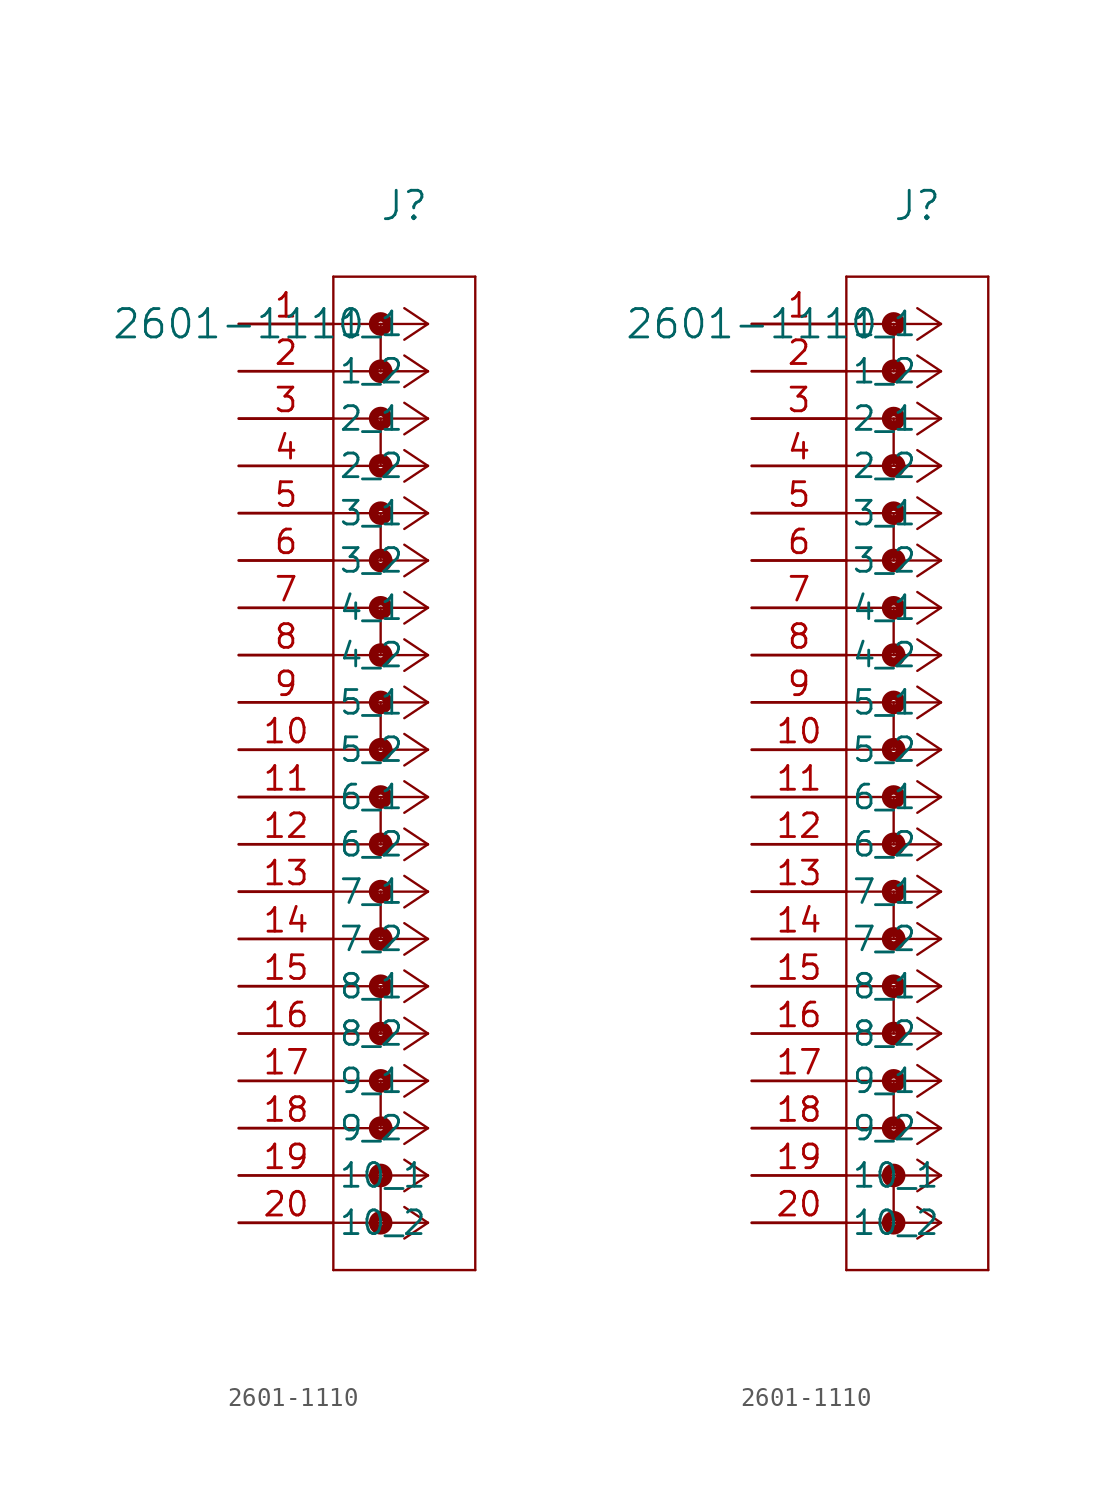
<source format=kicad_sym>
(kicad_symbol_lib
  (version 20231120)
  (generator "kicad_symbol_editor")
  (generator_version "8.0")
  (symbol "2601-1110"
    (pin_names
      (offset 0.254))
    (property "Reference" "J"
      (at 8.89 6.35 0)
      (effects (font (size 1.524 1.524))))
    (property "Value" "2601-1110"
      (at 0 0 0)
      (effects (font (size 1.524 1.524))))
    (symbol "2601-1110_1_1"
      (polyline (pts (xy 5.08 -50.8) (xy 12.7 -50.8)) (stroke (width 0.127) (type default)) (fill (type none)))
      (polyline (pts (xy 5.08 2.54) (xy 5.08 -50.8)) (stroke (width 0.127) (type default)) (fill (type none)))
      (polyline (pts (xy 7.62 -45.72) (xy 7.62 -48.26)) (stroke (width 0.127) (type default)) (fill (type none)))
      (polyline (pts (xy 7.62 -40.64) (xy 7.62 -43.18)) (stroke (width 0.127) (type default)) (fill (type none)))
      (polyline (pts (xy 7.62 -35.56) (xy 7.62 -38.1)) (stroke (width 0.127) (type default)) (fill (type none)))
      (polyline (pts (xy 7.62 -30.48) (xy 7.62 -33.02)) (stroke (width 0.127) (type default)) (fill (type none)))
      (polyline (pts (xy 7.62 -25.4) (xy 7.62 -27.94)) (stroke (width 0.127) (type default)) (fill (type none)))
      (polyline (pts (xy 7.62 -20.32) (xy 7.62 -22.86)) (stroke (width 0.127) (type default)) (fill (type none)))
      (polyline (pts (xy 7.62 -15.24) (xy 7.62 -17.78)) (stroke (width 0.127) (type default)) (fill (type none)))
      (polyline (pts (xy 7.62 -10.16) (xy 7.62 -12.7)) (stroke (width 0.127) (type default)) (fill (type none)))
      (polyline (pts (xy 7.62 -5.08) (xy 7.62 -7.62)) (stroke (width 0.127) (type default)) (fill (type none)))
      (polyline (pts (xy 7.62 0) (xy 7.62 -2.54)) (stroke (width 0.127) (type default)) (fill (type none)))
      (polyline (pts (xy 10.16 -48.26) (xy 5.08 -48.26)) (stroke (width 0.127) (type default)) (fill (type none)))
      (polyline (pts (xy 10.16 -48.26) (xy 8.89 -49.107)) (stroke (width 0.127) (type default)) (fill (type none)))
      (polyline (pts (xy 10.16 -48.26) (xy 8.89 -47.413)) (stroke (width 0.127) (type default)) (fill (type none)))
      (polyline (pts (xy 10.16 -45.72) (xy 5.08 -45.72)) (stroke (width 0.127) (type default)) (fill (type none)))
      (polyline (pts (xy 10.16 -45.72) (xy 8.89 -46.567)) (stroke (width 0.127) (type default)) (fill (type none)))
      (polyline (pts (xy 10.16 -45.72) (xy 8.89 -44.873)) (stroke (width 0.127) (type default)) (fill (type none)))
      (polyline (pts (xy 10.16 -43.18) (xy 5.08 -43.18)) (stroke (width 0.127) (type default)) (fill (type none)))
      (polyline (pts (xy 10.16 -43.18) (xy 8.89 -44.027)) (stroke (width 0.127) (type default)) (fill (type none)))
      (polyline (pts (xy 10.16 -43.18) (xy 8.89 -42.333)) (stroke (width 0.127) (type default)) (fill (type none)))
      (polyline (pts (xy 10.16 -40.64) (xy 5.08 -40.64)) (stroke (width 0.127) (type default)) (fill (type none)))
      (polyline (pts (xy 10.16 -40.64) (xy 8.89 -41.487)) (stroke (width 0.127) (type default)) (fill (type none)))
      (polyline (pts (xy 10.16 -40.64) (xy 8.89 -39.793)) (stroke (width 0.127) (type default)) (fill (type none)))
      (polyline (pts (xy 10.16 -38.1) (xy 5.08 -38.1)) (stroke (width 0.127) (type default)) (fill (type none)))
      (polyline (pts (xy 10.16 -38.1) (xy 8.89 -38.947)) (stroke (width 0.127) (type default)) (fill (type none)))
      (polyline (pts (xy 10.16 -38.1) (xy 8.89 -37.253)) (stroke (width 0.127) (type default)) (fill (type none)))
      (polyline (pts (xy 10.16 -35.56) (xy 5.08 -35.56)) (stroke (width 0.127) (type default)) (fill (type none)))
      (polyline (pts (xy 10.16 -35.56) (xy 8.89 -36.407)) (stroke (width 0.127) (type default)) (fill (type none)))
      (polyline (pts (xy 10.16 -35.56) (xy 8.89 -34.713)) (stroke (width 0.127) (type default)) (fill (type none)))
      (polyline (pts (xy 10.16 -33.02) (xy 5.08 -33.02)) (stroke (width 0.127) (type default)) (fill (type none)))
      (polyline (pts (xy 10.16 -33.02) (xy 8.89 -33.867)) (stroke (width 0.127) (type default)) (fill (type none)))
      (polyline (pts (xy 10.16 -33.02) (xy 8.89 -32.173)) (stroke (width 0.127) (type default)) (fill (type none)))
      (polyline (pts (xy 10.16 -30.48) (xy 5.08 -30.48)) (stroke (width 0.127) (type default)) (fill (type none)))
      (polyline (pts (xy 10.16 -30.48) (xy 8.89 -31.327)) (stroke (width 0.127) (type default)) (fill (type none)))
      (polyline (pts (xy 10.16 -30.48) (xy 8.89 -29.633)) (stroke (width 0.127) (type default)) (fill (type none)))
      (polyline (pts (xy 10.16 -27.94) (xy 5.08 -27.94)) (stroke (width 0.127) (type default)) (fill (type none)))
      (polyline (pts (xy 10.16 -27.94) (xy 8.89 -28.787)) (stroke (width 0.127) (type default)) (fill (type none)))
      (polyline (pts (xy 10.16 -27.94) (xy 8.89 -27.093)) (stroke (width 0.127) (type default)) (fill (type none)))
      (polyline (pts (xy 10.16 -25.4) (xy 5.08 -25.4)) (stroke (width 0.127) (type default)) (fill (type none)))
      (polyline (pts (xy 10.16 -25.4) (xy 8.89 -26.247)) (stroke (width 0.127) (type default)) (fill (type none)))
      (polyline (pts (xy 10.16 -25.4) (xy 8.89 -24.553)) (stroke (width 0.127) (type default)) (fill (type none)))
      (polyline (pts (xy 10.16 -22.86) (xy 5.08 -22.86)) (stroke (width 0.127) (type default)) (fill (type none)))
      (polyline (pts (xy 10.16 -22.86) (xy 8.89 -23.707)) (stroke (width 0.127) (type default)) (fill (type none)))
      (polyline (pts (xy 10.16 -22.86) (xy 8.89 -22.013)) (stroke (width 0.127) (type default)) (fill (type none)))
      (polyline (pts (xy 10.16 -20.32) (xy 5.08 -20.32)) (stroke (width 0.127) (type default)) (fill (type none)))
      (polyline (pts (xy 10.16 -20.32) (xy 8.89 -21.167)) (stroke (width 0.127) (type default)) (fill (type none)))
      (polyline (pts (xy 10.16 -20.32) (xy 8.89 -19.473)) (stroke (width 0.127) (type default)) (fill (type none)))
      (polyline (pts (xy 10.16 -17.78) (xy 5.08 -17.78)) (stroke (width 0.127) (type default)) (fill (type none)))
      (polyline (pts (xy 10.16 -17.78) (xy 8.89 -18.627)) (stroke (width 0.127) (type default)) (fill (type none)))
      (polyline (pts (xy 10.16 -17.78) (xy 8.89 -16.933)) (stroke (width 0.127) (type default)) (fill (type none)))
      (polyline (pts (xy 10.16 -15.24) (xy 5.08 -15.24)) (stroke (width 0.127) (type default)) (fill (type none)))
      (polyline (pts (xy 10.16 -15.24) (xy 8.89 -16.087)) (stroke (width 0.127) (type default)) (fill (type none)))
      (polyline (pts (xy 10.16 -15.24) (xy 8.89 -14.393)) (stroke (width 0.127) (type default)) (fill (type none)))
      (polyline (pts (xy 10.16 -12.7) (xy 5.08 -12.7)) (stroke (width 0.127) (type default)) (fill (type none)))
      (polyline (pts (xy 10.16 -12.7) (xy 8.89 -13.547)) (stroke (width 0.127) (type default)) (fill (type none)))
      (polyline (pts (xy 10.16 -12.7) (xy 8.89 -11.853)) (stroke (width 0.127) (type default)) (fill (type none)))
      (polyline (pts (xy 10.16 -10.16) (xy 5.08 -10.16)) (stroke (width 0.127) (type default)) (fill (type none)))
      (polyline (pts (xy 10.16 -10.16) (xy 8.89 -11.007)) (stroke (width 0.127) (type default)) (fill (type none)))
      (polyline (pts (xy 10.16 -10.16) (xy 8.89 -9.313)) (stroke (width 0.127) (type default)) (fill (type none)))
      (polyline (pts (xy 10.16 -7.62) (xy 5.08 -7.62)) (stroke (width 0.127) (type default)) (fill (type none)))
      (polyline (pts (xy 10.16 -7.62) (xy 8.89 -8.467)) (stroke (width 0.127) (type default)) (fill (type none)))
      (polyline (pts (xy 10.16 -7.62) (xy 8.89 -6.773)) (stroke (width 0.127) (type default)) (fill (type none)))
      (polyline (pts (xy 10.16 -5.08) (xy 5.08 -5.08)) (stroke (width 0.127) (type default)) (fill (type none)))
      (polyline (pts (xy 10.16 -5.08) (xy 8.89 -5.927)) (stroke (width 0.127) (type default)) (fill (type none)))
      (polyline (pts (xy 10.16 -5.08) (xy 8.89 -4.233)) (stroke (width 0.127) (type default)) (fill (type none)))
      (polyline (pts (xy 10.16 -2.54) (xy 5.08 -2.54)) (stroke (width 0.127) (type default)) (fill (type none)))
      (polyline (pts (xy 10.16 -2.54) (xy 8.89 -3.387)) (stroke (width 0.127) (type default)) (fill (type none)))
      (polyline (pts (xy 10.16 -2.54) (xy 8.89 -1.693)) (stroke (width 0.127) (type default)) (fill (type none)))
      (polyline (pts (xy 10.16 0) (xy 5.08 0)) (stroke (width 0.127) (type default)) (fill (type none)))
      (polyline (pts (xy 10.16 0) (xy 8.89 -0.847)) (stroke (width 0.127) (type default)) (fill (type none)))
      (polyline (pts (xy 10.16 0) (xy 8.89 0.847)) (stroke (width 0.127) (type default)) (fill (type none)))
      (polyline (pts (xy 12.7 -50.8) (xy 12.7 2.54)) (stroke (width 0.127) (type default)) (fill (type none)))
      (polyline (pts (xy 12.7 2.54) (xy 5.08 2.54)) (stroke (width 0.127) (type default)) (fill (type none)))
      (circle (center 7.62 -48.26) (radius 0.127) (stroke (width 0.508) (type default)) (fill (type none)))
      (circle (center 7.62 -45.72) (radius 0.127) (stroke (width 0.508) (type default)) (fill (type none)))
      (circle (center 7.62 -43.18) (radius 0.127) (stroke (width 0.508) (type default)) (fill (type none)))
      (circle (center 7.62 -40.64) (radius 0.127) (stroke (width 0.508) (type default)) (fill (type none)))
      (circle (center 7.62 -38.1) (radius 0.127) (stroke (width 0.508) (type default)) (fill (type none)))
      (circle (center 7.62 -35.56) (radius 0.127) (stroke (width 0.508) (type default)) (fill (type none)))
      (circle (center 7.62 -33.02) (radius 0.127) (stroke (width 0.508) (type default)) (fill (type none)))
      (circle (center 7.62 -30.48) (radius 0.127) (stroke (width 0.508) (type default)) (fill (type none)))
      (circle (center 7.62 -27.94) (radius 0.127) (stroke (width 0.508) (type default)) (fill (type none)))
      (circle (center 7.62 -25.4) (radius 0.127) (stroke (width 0.508) (type default)) (fill (type none)))
      (circle (center 7.62 -22.86) (radius 0.127) (stroke (width 0.508) (type default)) (fill (type none)))
      (circle (center 7.62 -20.32) (radius 0.127) (stroke (width 0.508) (type default)) (fill (type none)))
      (circle (center 7.62 -17.78) (radius 0.127) (stroke (width 0.508) (type default)) (fill (type none)))
      (circle (center 7.62 -15.24) (radius 0.127) (stroke (width 0.508) (type default)) (fill (type none)))
      (circle (center 7.62 -12.7) (radius 0.127) (stroke (width 0.508) (type default)) (fill (type none)))
      (circle (center 7.62 -10.16) (radius 0.127) (stroke (width 0.508) (type default)) (fill (type none)))
      (circle (center 7.62 -7.62) (radius 0.127) (stroke (width 0.508) (type default)) (fill (type none)))
      (circle (center 7.62 -5.08) (radius 0.127) (stroke (width 0.508) (type default)) (fill (type none)))
      (circle (center 7.62 -2.54) (radius 0.127) (stroke (width 0.508) (type default)) (fill (type none)))
      (circle (center 7.62 0) (radius 0.127) (stroke (width 0.508) (type default)) (fill (type none)))
      (pin unspecified line (at 0 0 0) (length 5.08) (name "1_1" (effects (font (size 1.27 1.27)))) (number "1" (effects (font (size 1.27 1.27)))))
      (pin unspecified line (at 0 -22.86 0) (length 5.08) (name "5_2" (effects (font (size 1.27 1.27)))) (number "10" (effects (font (size 1.27 1.27)))))
      (pin unspecified line (at 0 -25.4 0) (length 5.08) (name "6_1" (effects (font (size 1.27 1.27)))) (number "11" (effects (font (size 1.27 1.27)))))
      (pin unspecified line (at 0 -27.94 0) (length 5.08) (name "6_2" (effects (font (size 1.27 1.27)))) (number "12" (effects (font (size 1.27 1.27)))))
      (pin unspecified line (at 0 -30.48 0) (length 5.08) (name "7_1" (effects (font (size 1.27 1.27)))) (number "13" (effects (font (size 1.27 1.27)))))
      (pin unspecified line (at 0 -33.02 0) (length 5.08) (name "7_2" (effects (font (size 1.27 1.27)))) (number "14" (effects (font (size 1.27 1.27)))))
      (pin unspecified line (at 0 -35.56 0) (length 5.08) (name "8_1" (effects (font (size 1.27 1.27)))) (number "15" (effects (font (size 1.27 1.27)))))
      (pin unspecified line (at 0 -38.1 0) (length 5.08) (name "8_2" (effects (font (size 1.27 1.27)))) (number "16" (effects (font (size 1.27 1.27)))))
      (pin unspecified line (at 0 -40.64 0) (length 5.08) (name "9_1" (effects (font (size 1.27 1.27)))) (number "17" (effects (font (size 1.27 1.27)))))
      (pin unspecified line (at 0 -43.18 0) (length 5.08) (name "9_2" (effects (font (size 1.27 1.27)))) (number "18" (effects (font (size 1.27 1.27)))))
      (pin unspecified line (at 0 -45.72 0) (length 5.08) (name "10_1" (effects (font (size 1.27 1.27)))) (number "19" (effects (font (size 1.27 1.27)))))
      (pin unspecified line (at 0 -2.54 0) (length 5.08) (name "1_2" (effects (font (size 1.27 1.27)))) (number "2" (effects (font (size 1.27 1.27)))))
      (pin unspecified line (at 0 -48.26 0) (length 5.08) (name "10_2" (effects (font (size 1.27 1.27)))) (number "20" (effects (font (size 1.27 1.27)))))
      (pin unspecified line (at 0 -5.08 0) (length 5.08) (name "2_1" (effects (font (size 1.27 1.27)))) (number "3" (effects (font (size 1.27 1.27)))))
      (pin unspecified line (at 0 -7.62 0) (length 5.08) (name "2_2" (effects (font (size 1.27 1.27)))) (number "4" (effects (font (size 1.27 1.27)))))
      (pin unspecified line (at 0 -10.16 0) (length 5.08) (name "3_1" (effects (font (size 1.27 1.27)))) (number "5" (effects (font (size 1.27 1.27)))))
      (pin unspecified line (at 0 -12.7 0) (length 5.08) (name "3_2" (effects (font (size 1.27 1.27)))) (number "6" (effects (font (size 1.27 1.27)))))
      (pin unspecified line (at 0 -15.24 0) (length 5.08) (name "4_1" (effects (font (size 1.27 1.27)))) (number "7" (effects (font (size 1.27 1.27)))))
      (pin unspecified line (at 0 -17.78 0) (length 5.08) (name "4_2" (effects (font (size 1.27 1.27)))) (number "8" (effects (font (size 1.27 1.27)))))
      (pin unspecified line (at 0 -20.32 0) (length 5.08) (name "5_1" (effects (font (size 1.27 1.27)))) (number "9" (effects (font (size 1.27 1.27))))))
    (symbol "2601-1110_1_2"
      (polyline (pts (xy 5.08 -50.8) (xy 12.7 -50.8)) (stroke (width 0.127) (type default)) (fill (type none)))
      (polyline (pts (xy 5.08 2.54) (xy 5.08 -50.8)) (stroke (width 0.127) (type default)) (fill (type none)))
      (polyline (pts (xy 7.62 -45.72) (xy 7.62 -48.26)) (stroke (width 0.127) (type default)) (fill (type none)))
      (polyline (pts (xy 7.62 -40.64) (xy 7.62 -43.18)) (stroke (width 0.127) (type default)) (fill (type none)))
      (polyline (pts (xy 7.62 -35.56) (xy 7.62 -38.1)) (stroke (width 0.127) (type default)) (fill (type none)))
      (polyline (pts (xy 7.62 -30.48) (xy 7.62 -33.02)) (stroke (width 0.127) (type default)) (fill (type none)))
      (polyline (pts (xy 7.62 -25.4) (xy 7.62 -27.94)) (stroke (width 0.127) (type default)) (fill (type none)))
      (polyline (pts (xy 7.62 -20.32) (xy 7.62 -22.86)) (stroke (width 0.127) (type default)) (fill (type none)))
      (polyline (pts (xy 7.62 -15.24) (xy 7.62 -17.78)) (stroke (width 0.127) (type default)) (fill (type none)))
      (polyline (pts (xy 7.62 -10.16) (xy 7.62 -12.7)) (stroke (width 0.127) (type default)) (fill (type none)))
      (polyline (pts (xy 7.62 -5.08) (xy 7.62 -7.62)) (stroke (width 0.127) (type default)) (fill (type none)))
      (polyline (pts (xy 7.62 0) (xy 7.62 -2.54)) (stroke (width 0.127) (type default)) (fill (type none)))
      (polyline (pts (xy 10.16 -48.26) (xy 5.08 -48.26)) (stroke (width 0.127) (type default)) (fill (type none)))
      (polyline (pts (xy 10.16 -48.26) (xy 8.89 -49.107)) (stroke (width 0.127) (type default)) (fill (type none)))
      (polyline (pts (xy 10.16 -48.26) (xy 8.89 -47.413)) (stroke (width 0.127) (type default)) (fill (type none)))
      (polyline (pts (xy 10.16 -45.72) (xy 5.08 -45.72)) (stroke (width 0.127) (type default)) (fill (type none)))
      (polyline (pts (xy 10.16 -45.72) (xy 8.89 -46.567)) (stroke (width 0.127) (type default)) (fill (type none)))
      (polyline (pts (xy 10.16 -45.72) (xy 8.89 -44.873)) (stroke (width 0.127) (type default)) (fill (type none)))
      (polyline (pts (xy 10.16 -43.18) (xy 5.08 -43.18)) (stroke (width 0.127) (type default)) (fill (type none)))
      (polyline (pts (xy 10.16 -43.18) (xy 8.89 -44.027)) (stroke (width 0.127) (type default)) (fill (type none)))
      (polyline (pts (xy 10.16 -43.18) (xy 8.89 -42.333)) (stroke (width 0.127) (type default)) (fill (type none)))
      (polyline (pts (xy 10.16 -40.64) (xy 5.08 -40.64)) (stroke (width 0.127) (type default)) (fill (type none)))
      (polyline (pts (xy 10.16 -40.64) (xy 8.89 -41.487)) (stroke (width 0.127) (type default)) (fill (type none)))
      (polyline (pts (xy 10.16 -40.64) (xy 8.89 -39.793)) (stroke (width 0.127) (type default)) (fill (type none)))
      (polyline (pts (xy 10.16 -38.1) (xy 5.08 -38.1)) (stroke (width 0.127) (type default)) (fill (type none)))
      (polyline (pts (xy 10.16 -38.1) (xy 8.89 -38.947)) (stroke (width 0.127) (type default)) (fill (type none)))
      (polyline (pts (xy 10.16 -38.1) (xy 8.89 -37.253)) (stroke (width 0.127) (type default)) (fill (type none)))
      (polyline (pts (xy 10.16 -35.56) (xy 5.08 -35.56)) (stroke (width 0.127) (type default)) (fill (type none)))
      (polyline (pts (xy 10.16 -35.56) (xy 8.89 -36.407)) (stroke (width 0.127) (type default)) (fill (type none)))
      (polyline (pts (xy 10.16 -35.56) (xy 8.89 -34.713)) (stroke (width 0.127) (type default)) (fill (type none)))
      (polyline (pts (xy 10.16 -33.02) (xy 5.08 -33.02)) (stroke (width 0.127) (type default)) (fill (type none)))
      (polyline (pts (xy 10.16 -33.02) (xy 8.89 -33.867)) (stroke (width 0.127) (type default)) (fill (type none)))
      (polyline (pts (xy 10.16 -33.02) (xy 8.89 -32.173)) (stroke (width 0.127) (type default)) (fill (type none)))
      (polyline (pts (xy 10.16 -30.48) (xy 5.08 -30.48)) (stroke (width 0.127) (type default)) (fill (type none)))
      (polyline (pts (xy 10.16 -30.48) (xy 8.89 -31.327)) (stroke (width 0.127) (type default)) (fill (type none)))
      (polyline (pts (xy 10.16 -30.48) (xy 8.89 -29.633)) (stroke (width 0.127) (type default)) (fill (type none)))
      (polyline (pts (xy 10.16 -27.94) (xy 5.08 -27.94)) (stroke (width 0.127) (type default)) (fill (type none)))
      (polyline (pts (xy 10.16 -27.94) (xy 8.89 -28.787)) (stroke (width 0.127) (type default)) (fill (type none)))
      (polyline (pts (xy 10.16 -27.94) (xy 8.89 -27.093)) (stroke (width 0.127) (type default)) (fill (type none)))
      (polyline (pts (xy 10.16 -25.4) (xy 5.08 -25.4)) (stroke (width 0.127) (type default)) (fill (type none)))
      (polyline (pts (xy 10.16 -25.4) (xy 8.89 -26.247)) (stroke (width 0.127) (type default)) (fill (type none)))
      (polyline (pts (xy 10.16 -25.4) (xy 8.89 -24.553)) (stroke (width 0.127) (type default)) (fill (type none)))
      (polyline (pts (xy 10.16 -22.86) (xy 5.08 -22.86)) (stroke (width 0.127) (type default)) (fill (type none)))
      (polyline (pts (xy 10.16 -22.86) (xy 8.89 -23.707)) (stroke (width 0.127) (type default)) (fill (type none)))
      (polyline (pts (xy 10.16 -22.86) (xy 8.89 -22.013)) (stroke (width 0.127) (type default)) (fill (type none)))
      (polyline (pts (xy 10.16 -20.32) (xy 5.08 -20.32)) (stroke (width 0.127) (type default)) (fill (type none)))
      (polyline (pts (xy 10.16 -20.32) (xy 8.89 -21.167)) (stroke (width 0.127) (type default)) (fill (type none)))
      (polyline (pts (xy 10.16 -20.32) (xy 8.89 -19.473)) (stroke (width 0.127) (type default)) (fill (type none)))
      (polyline (pts (xy 10.16 -17.78) (xy 5.08 -17.78)) (stroke (width 0.127) (type default)) (fill (type none)))
      (polyline (pts (xy 10.16 -17.78) (xy 8.89 -18.627)) (stroke (width 0.127) (type default)) (fill (type none)))
      (polyline (pts (xy 10.16 -17.78) (xy 8.89 -16.933)) (stroke (width 0.127) (type default)) (fill (type none)))
      (polyline (pts (xy 10.16 -15.24) (xy 5.08 -15.24)) (stroke (width 0.127) (type default)) (fill (type none)))
      (polyline (pts (xy 10.16 -15.24) (xy 8.89 -16.087)) (stroke (width 0.127) (type default)) (fill (type none)))
      (polyline (pts (xy 10.16 -15.24) (xy 8.89 -14.393)) (stroke (width 0.127) (type default)) (fill (type none)))
      (polyline (pts (xy 10.16 -12.7) (xy 5.08 -12.7)) (stroke (width 0.127) (type default)) (fill (type none)))
      (polyline (pts (xy 10.16 -12.7) (xy 8.89 -13.547)) (stroke (width 0.127) (type default)) (fill (type none)))
      (polyline (pts (xy 10.16 -12.7) (xy 8.89 -11.853)) (stroke (width 0.127) (type default)) (fill (type none)))
      (polyline (pts (xy 10.16 -10.16) (xy 5.08 -10.16)) (stroke (width 0.127) (type default)) (fill (type none)))
      (polyline (pts (xy 10.16 -10.16) (xy 8.89 -11.007)) (stroke (width 0.127) (type default)) (fill (type none)))
      (polyline (pts (xy 10.16 -10.16) (xy 8.89 -9.313)) (stroke (width 0.127) (type default)) (fill (type none)))
      (polyline (pts (xy 10.16 -7.62) (xy 5.08 -7.62)) (stroke (width 0.127) (type default)) (fill (type none)))
      (polyline (pts (xy 10.16 -7.62) (xy 8.89 -8.467)) (stroke (width 0.127) (type default)) (fill (type none)))
      (polyline (pts (xy 10.16 -7.62) (xy 8.89 -6.773)) (stroke (width 0.127) (type default)) (fill (type none)))
      (polyline (pts (xy 10.16 -5.08) (xy 5.08 -5.08)) (stroke (width 0.127) (type default)) (fill (type none)))
      (polyline (pts (xy 10.16 -5.08) (xy 8.89 -5.927)) (stroke (width 0.127) (type default)) (fill (type none)))
      (polyline (pts (xy 10.16 -5.08) (xy 8.89 -4.233)) (stroke (width 0.127) (type default)) (fill (type none)))
      (polyline (pts (xy 10.16 -2.54) (xy 5.08 -2.54)) (stroke (width 0.127) (type default)) (fill (type none)))
      (polyline (pts (xy 10.16 -2.54) (xy 8.89 -3.387)) (stroke (width 0.127) (type default)) (fill (type none)))
      (polyline (pts (xy 10.16 -2.54) (xy 8.89 -1.693)) (stroke (width 0.127) (type default)) (fill (type none)))
      (polyline (pts (xy 10.16 0) (xy 5.08 0)) (stroke (width 0.127) (type default)) (fill (type none)))
      (polyline (pts (xy 10.16 0) (xy 8.89 -0.847)) (stroke (width 0.127) (type default)) (fill (type none)))
      (polyline (pts (xy 10.16 0) (xy 8.89 0.847)) (stroke (width 0.127) (type default)) (fill (type none)))
      (polyline (pts (xy 12.7 -50.8) (xy 12.7 2.54)) (stroke (width 0.127) (type default)) (fill (type none)))
      (polyline (pts (xy 12.7 2.54) (xy 5.08 2.54)) (stroke (width 0.127) (type default)) (fill (type none)))
      (circle (center 7.62 -48.26) (radius 0.127) (stroke (width 0.508) (type default)) (fill (type none)))
      (circle (center 7.62 -45.72) (radius 0.127) (stroke (width 0.508) (type default)) (fill (type none)))
      (circle (center 7.62 -43.18) (radius 0.127) (stroke (width 0.508) (type default)) (fill (type none)))
      (circle (center 7.62 -40.64) (radius 0.127) (stroke (width 0.508) (type default)) (fill (type none)))
      (circle (center 7.62 -38.1) (radius 0.127) (stroke (width 0.508) (type default)) (fill (type none)))
      (circle (center 7.62 -35.56) (radius 0.127) (stroke (width 0.508) (type default)) (fill (type none)))
      (circle (center 7.62 -33.02) (radius 0.127) (stroke (width 0.508) (type default)) (fill (type none)))
      (circle (center 7.62 -30.48) (radius 0.127) (stroke (width 0.508) (type default)) (fill (type none)))
      (circle (center 7.62 -27.94) (radius 0.127) (stroke (width 0.508) (type default)) (fill (type none)))
      (circle (center 7.62 -25.4) (radius 0.127) (stroke (width 0.508) (type default)) (fill (type none)))
      (circle (center 7.62 -22.86) (radius 0.127) (stroke (width 0.508) (type default)) (fill (type none)))
      (circle (center 7.62 -20.32) (radius 0.127) (stroke (width 0.508) (type default)) (fill (type none)))
      (circle (center 7.62 -17.78) (radius 0.127) (stroke (width 0.508) (type default)) (fill (type none)))
      (circle (center 7.62 -15.24) (radius 0.127) (stroke (width 0.508) (type default)) (fill (type none)))
      (circle (center 7.62 -12.7) (radius 0.127) (stroke (width 0.508) (type default)) (fill (type none)))
      (circle (center 7.62 -10.16) (radius 0.127) (stroke (width 0.508) (type default)) (fill (type none)))
      (circle (center 7.62 -7.62) (radius 0.127) (stroke (width 0.508) (type default)) (fill (type none)))
      (circle (center 7.62 -5.08) (radius 0.127) (stroke (width 0.508) (type default)) (fill (type none)))
      (circle (center 7.62 -2.54) (radius 0.127) (stroke (width 0.508) (type default)) (fill (type none)))
      (circle (center 7.62 0) (radius 0.127) (stroke (width 0.508) (type default)) (fill (type none)))
      (pin unspecified line (at 0 0 0) (length 5.08) (name "1_1" (effects (font (size 1.27 1.27)))) (number "1" (effects (font (size 1.27 1.27)))))
      (pin unspecified line (at 0 -22.86 0) (length 5.08) (name "5_2" (effects (font (size 1.27 1.27)))) (number "10" (effects (font (size 1.27 1.27)))))
      (pin unspecified line (at 0 -25.4 0) (length 5.08) (name "6_1" (effects (font (size 1.27 1.27)))) (number "11" (effects (font (size 1.27 1.27)))))
      (pin unspecified line (at 0 -27.94 0) (length 5.08) (name "6_2" (effects (font (size 1.27 1.27)))) (number "12" (effects (font (size 1.27 1.27)))))
      (pin unspecified line (at 0 -30.48 0) (length 5.08) (name "7_1" (effects (font (size 1.27 1.27)))) (number "13" (effects (font (size 1.27 1.27)))))
      (pin unspecified line (at 0 -33.02 0) (length 5.08) (name "7_2" (effects (font (size 1.27 1.27)))) (number "14" (effects (font (size 1.27 1.27)))))
      (pin unspecified line (at 0 -35.56 0) (length 5.08) (name "8_1" (effects (font (size 1.27 1.27)))) (number "15" (effects (font (size 1.27 1.27)))))
      (pin unspecified line (at 0 -38.1 0) (length 5.08) (name "8_2" (effects (font (size 1.27 1.27)))) (number "16" (effects (font (size 1.27 1.27)))))
      (pin unspecified line (at 0 -40.64 0) (length 5.08) (name "9_1" (effects (font (size 1.27 1.27)))) (number "17" (effects (font (size 1.27 1.27)))))
      (pin unspecified line (at 0 -43.18 0) (length 5.08) (name "9_2" (effects (font (size 1.27 1.27)))) (number "18" (effects (font (size 1.27 1.27)))))
      (pin unspecified line (at 0 -45.72 0) (length 5.08) (name "10_1" (effects (font (size 1.27 1.27)))) (number "19" (effects (font (size 1.27 1.27)))))
      (pin unspecified line (at 0 -2.54 0) (length 5.08) (name "1_2" (effects (font (size 1.27 1.27)))) (number "2" (effects (font (size 1.27 1.27)))))
      (pin unspecified line (at 0 -48.26 0) (length 5.08) (name "10_2" (effects (font (size 1.27 1.27)))) (number "20" (effects (font (size 1.27 1.27)))))
      (pin unspecified line (at 0 -5.08 0) (length 5.08) (name "2_1" (effects (font (size 1.27 1.27)))) (number "3" (effects (font (size 1.27 1.27)))))
      (pin unspecified line (at 0 -7.62 0) (length 5.08) (name "2_2" (effects (font (size 1.27 1.27)))) (number "4" (effects (font (size 1.27 1.27)))))
      (pin unspecified line (at 0 -10.16 0) (length 5.08) (name "3_1" (effects (font (size 1.27 1.27)))) (number "5" (effects (font (size 1.27 1.27)))))
      (pin unspecified line (at 0 -12.7 0) (length 5.08) (name "3_2" (effects (font (size 1.27 1.27)))) (number "6" (effects (font (size 1.27 1.27)))))
      (pin unspecified line (at 0 -15.24 0) (length 5.08) (name "4_1" (effects (font (size 1.27 1.27)))) (number "7" (effects (font (size 1.27 1.27)))))
      (pin unspecified line (at 0 -17.78 0) (length 5.08) (name "4_2" (effects (font (size 1.27 1.27)))) (number "8" (effects (font (size 1.27 1.27)))))
      (pin unspecified line (at 0 -20.32 0) (length 5.08) (name "5_1" (effects (font (size 1.27 1.27)))) (number "9" (effects (font (size 1.27 1.27))))))))
</source>
